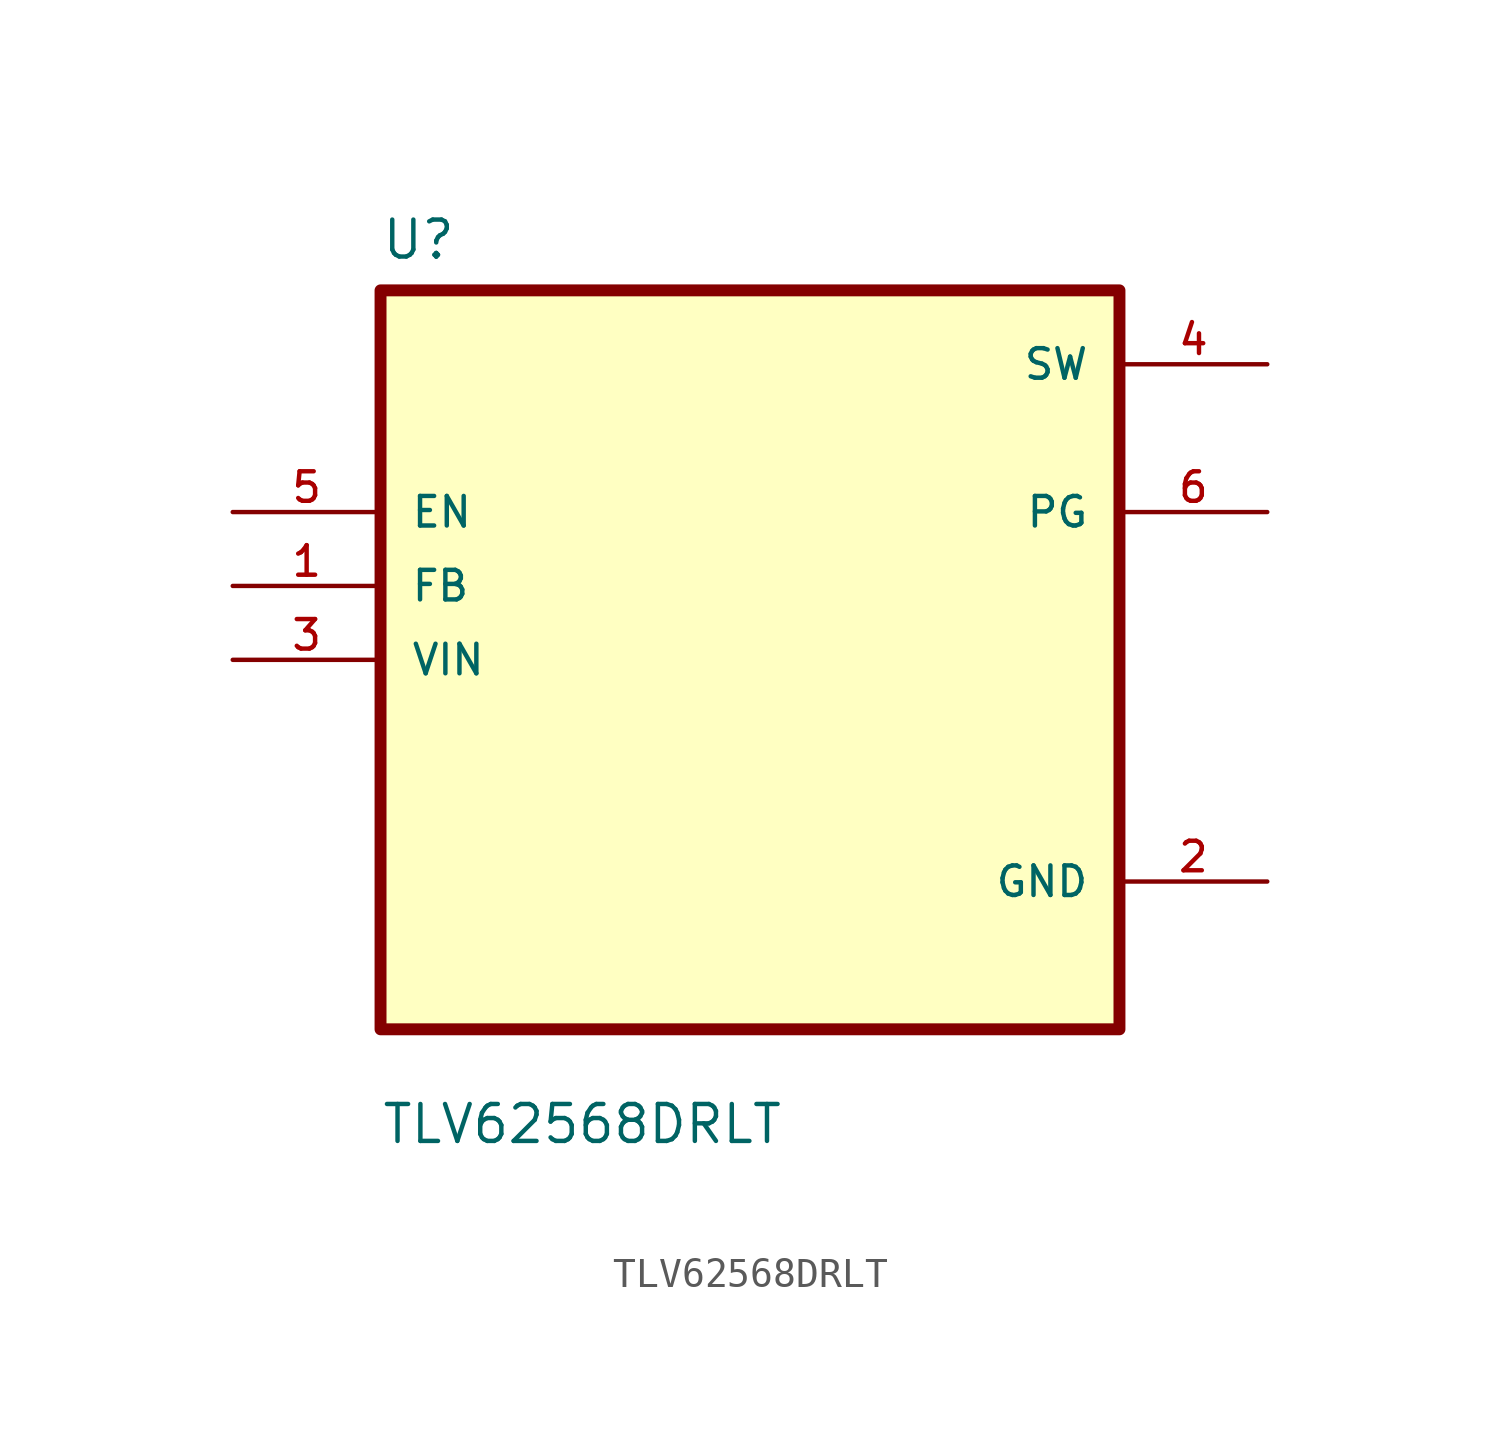
<source format=kicad_sym>
(kicad_symbol_lib
  (version 20211014)
  (generator kicad_symbol_editor)
  (symbol "TLV62568DRLT"
    (pin_names
      (offset 1.016))
    (property "Reference" "U"
      (at -12.7 13.7 0.0)
      (effects (font (size 1.27 1.27)) (justify bottom left)))
    (property "Value" "TLV62568DRLT"
      (at -12.7 -16.7 0.0)
      (effects (font (size 1.27 1.27)) (justify bottom left)))
    (symbol "TLV62568DRLT_0_0"
      (rectangle (start -12.7 -12.7) (end 12.7 12.7) (stroke (width 0.41)) (fill (type background)))
      (pin input line (at -17.78 5.08 0) (length 5.08) (name "EN" (effects (font (size 1.016 1.016)))) (number "5" (effects (font (size 1.016 1.016)))))
      (pin input line (at -17.78 2.54 0) (length 5.08) (name "FB" (effects (font (size 1.016 1.016)))) (number "1" (effects (font (size 1.016 1.016)))))
      (pin input line (at -17.78 -8.88178e-16 0) (length 5.08) (name "VIN" (effects (font (size 1.016 1.016)))) (number "3" (effects (font (size 1.016 1.016)))))
      (pin power_in line (at 17.78 10.16 180.0) (length 5.08) (name "SW" (effects (font (size 1.016 1.016)))) (number "4" (effects (font (size 1.016 1.016)))))
      (pin output line (at 17.78 5.08 180.0) (length 5.08) (name "PG" (effects (font (size 1.016 1.016)))) (number "6" (effects (font (size 1.016 1.016)))))
      (pin power_in line (at 17.78 -7.62 180.0) (length 5.08) (name "GND" (effects (font (size 1.016 1.016)))) (number "2" (effects (font (size 1.016 1.016))))))))
</source>
